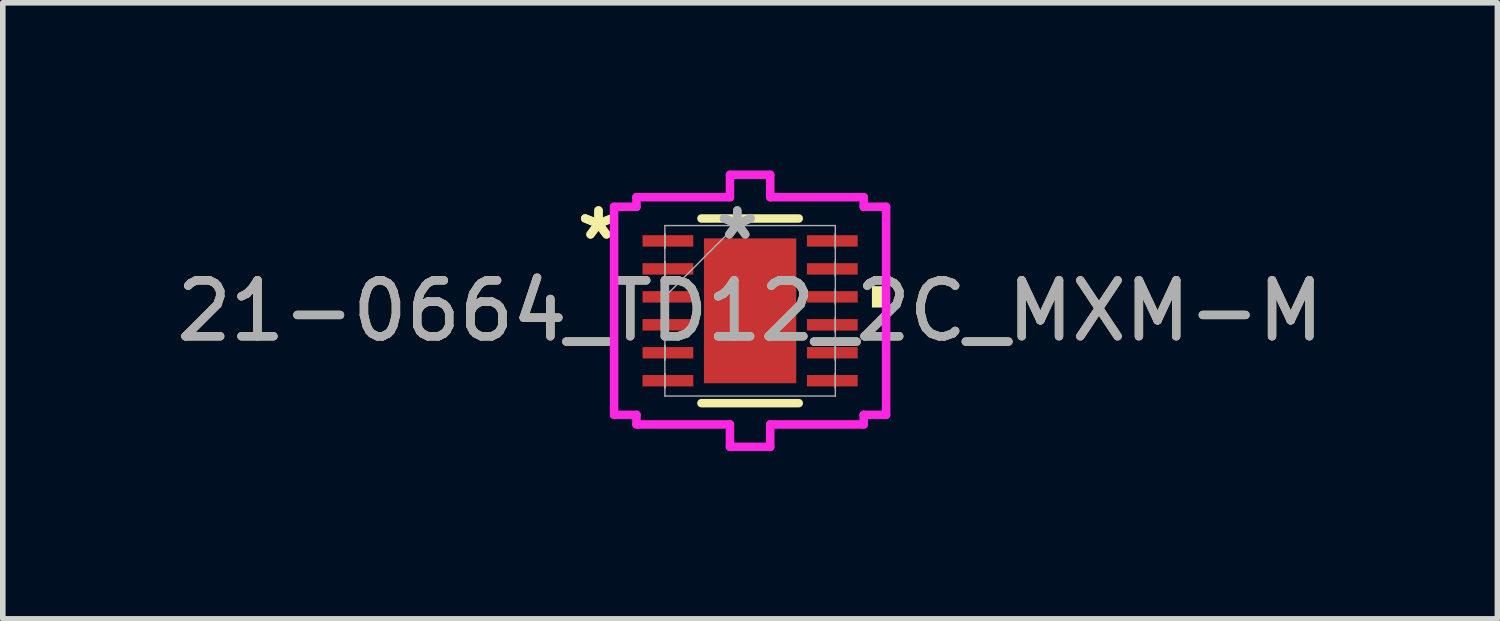
<source format=kicad_pcb>
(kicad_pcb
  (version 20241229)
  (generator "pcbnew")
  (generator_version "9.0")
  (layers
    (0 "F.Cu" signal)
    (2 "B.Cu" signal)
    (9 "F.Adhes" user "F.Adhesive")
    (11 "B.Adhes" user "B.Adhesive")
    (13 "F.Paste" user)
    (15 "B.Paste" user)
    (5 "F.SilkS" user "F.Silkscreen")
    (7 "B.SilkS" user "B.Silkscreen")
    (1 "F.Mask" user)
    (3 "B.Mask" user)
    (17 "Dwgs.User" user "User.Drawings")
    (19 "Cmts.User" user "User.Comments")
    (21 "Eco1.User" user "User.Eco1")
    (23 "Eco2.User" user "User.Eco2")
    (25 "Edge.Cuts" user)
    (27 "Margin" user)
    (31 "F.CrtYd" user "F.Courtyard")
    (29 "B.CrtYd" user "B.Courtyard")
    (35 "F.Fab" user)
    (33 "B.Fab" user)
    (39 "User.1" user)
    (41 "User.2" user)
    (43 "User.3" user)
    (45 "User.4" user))
  (footprint "21-0664_TD12_2C_MXM-M"
    (layer "F.Cu")
    (at 10.363 2.508)
    (property "Reference" "21-0664_TD12_2C_MXM-M" (at 0 0 0) (unlocked yes) (layer "F.SilkS") (effects (font (size 1 1) (thickness 0.15))))
    (attr smd)
    (fp_line (start -0.87 1.651) (end 0.87 1.651) (stroke (width 0.152) (type solid)) (layer "F.SilkS"))
    (fp_line (start 0.87 -1.651) (end -0.87 -1.651) (stroke (width 0.152) (type solid)) (layer "F.SilkS"))
    (fp_poly (pts (xy 2.432 -0.441) (xy 2.432 -0.059) (xy 2.178 -0.059) (xy 2.178 -0.441)) (stroke (width 0) (type solid)) (fill yes) (layer "F.SilkS"))
    (fp_line (start -2.432 -1.86) (end -2.032 -1.86) (stroke (width 0.152) (type solid)) (layer "F.CrtYd"))
    (fp_line (start -2.432 1.86) (end -2.432 -1.86) (stroke (width 0.152) (type solid)) (layer "F.CrtYd"))
    (fp_line (start -2.032 -2.032) (end -0.36 -2.032) (stroke (width 0.152) (type solid)) (layer "F.CrtYd"))
    (fp_line (start -2.032 -1.86) (end -2.032 -2.032) (stroke (width 0.152) (type solid)) (layer "F.CrtYd"))
    (fp_line (start -2.032 1.86) (end -2.432 1.86) (stroke (width 0.152) (type solid)) (layer "F.CrtYd"))
    (fp_line (start -2.032 2.032) (end -2.032 1.86) (stroke (width 0.152) (type solid)) (layer "F.CrtYd"))
    (fp_line (start -0.36 -2.432) (end 0.36 -2.432) (stroke (width 0.152) (type solid)) (layer "F.CrtYd"))
    (fp_line (start -0.36 -2.032) (end -0.36 -2.432) (stroke (width 0.152) (type solid)) (layer "F.CrtYd"))
    (fp_line (start -0.36 2.032) (end -2.032 2.032) (stroke (width 0.152) (type solid)) (layer "F.CrtYd"))
    (fp_line (start -0.36 2.432) (end -0.36 2.032) (stroke (width 0.152) (type solid)) (layer "F.CrtYd"))
    (fp_line (start 0.36 -2.432) (end 0.36 -2.032) (stroke (width 0.152) (type solid)) (layer "F.CrtYd"))
    (fp_line (start 0.36 -2.032) (end 2.032 -2.032) (stroke (width 0.152) (type solid)) (layer "F.CrtYd"))
    (fp_line (start 0.36 2.032) (end 0.36 2.432) (stroke (width 0.152) (type solid)) (layer "F.CrtYd"))
    (fp_line (start 0.36 2.432) (end -0.36 2.432) (stroke (width 0.152) (type solid)) (layer "F.CrtYd"))
    (fp_line (start 2.032 -2.032) (end 2.032 -1.86) (stroke (width 0.152) (type solid)) (layer "F.CrtYd"))
    (fp_line (start 2.032 -1.86) (end 2.432 -1.86) (stroke (width 0.152) (type solid)) (layer "F.CrtYd"))
    (fp_line (start 2.032 1.86) (end 2.032 2.032) (stroke (width 0.152) (type solid)) (layer "F.CrtYd"))
    (fp_line (start 2.032 2.032) (end 0.36 2.032) (stroke (width 0.152) (type solid)) (layer "F.CrtYd"))
    (fp_line (start 2.432 -1.86) (end 2.432 1.86) (stroke (width 0.152) (type solid)) (layer "F.CrtYd"))
    (fp_line (start 2.432 1.86) (end 2.032 1.86) (stroke (width 0.152) (type solid)) (layer "F.CrtYd"))
    (fp_line (start -1.524 -1.524) (end -1.524 1.524) (stroke (width 0.025) (type solid)) (layer "F.Fab"))
    (fp_line (start -1.524 -1.377) (end -1.524 -1.377) (stroke (width 0.025) (type solid)) (layer "F.Fab"))
    (fp_line (start -1.524 -1.377) (end -1.524 -1.123) (stroke (width 0.025) (type solid)) (layer "F.Fab"))
    (fp_line (start -1.524 -1.123) (end -1.524 -1.377) (stroke (width 0.025) (type solid)) (layer "F.Fab"))
    (fp_line (start -1.524 -1.123) (end -1.524 -1.123) (stroke (width 0.025) (type solid)) (layer "F.Fab"))
    (fp_line (start -1.524 -0.877) (end -1.524 -0.877) (stroke (width 0.025) (type solid)) (layer "F.Fab"))
    (fp_line (start -1.524 -0.877) (end -1.524 -0.623) (stroke (width 0.025) (type solid)) (layer "F.Fab"))
    (fp_line (start -1.524 -0.623) (end -1.524 -0.877) (stroke (width 0.025) (type solid)) (layer "F.Fab"))
    (fp_line (start -1.524 -0.623) (end -1.524 -0.623) (stroke (width 0.025) (type solid)) (layer "F.Fab"))
    (fp_line (start -1.524 -0.377) (end -1.524 -0.377) (stroke (width 0.025) (type solid)) (layer "F.Fab"))
    (fp_line (start -1.524 -0.377) (end -1.524 -0.123) (stroke (width 0.025) (type solid)) (layer "F.Fab"))
    (fp_line (start -1.524 -0.254) (end -0.254 -1.524) (stroke (width 0.025) (type solid)) (layer "F.Fab"))
    (fp_line (start -1.524 -0.123) (end -1.524 -0.377) (stroke (width 0.025) (type solid)) (layer "F.Fab"))
    (fp_line (start -1.524 -0.123) (end -1.524 -0.123) (stroke (width 0.025) (type solid)) (layer "F.Fab"))
    (fp_line (start -1.524 0.123) (end -1.524 0.123) (stroke (width 0.025) (type solid)) (layer "F.Fab"))
    (fp_line (start -1.524 0.123) (end -1.524 0.377) (stroke (width 0.025) (type solid)) (layer "F.Fab"))
    (fp_line (start -1.524 0.377) (end -1.524 0.123) (stroke (width 0.025) (type solid)) (layer "F.Fab"))
    (fp_line (start -1.524 0.377) (end -1.524 0.377) (stroke (width 0.025) (type solid)) (layer "F.Fab"))
    (fp_line (start -1.524 0.623) (end -1.524 0.623) (stroke (width 0.025) (type solid)) (layer "F.Fab"))
    (fp_line (start -1.524 0.623) (end -1.524 0.877) (stroke (width 0.025) (type solid)) (layer "F.Fab"))
    (fp_line (start -1.524 0.877) (end -1.524 0.623) (stroke (width 0.025) (type solid)) (layer "F.Fab"))
    (fp_line (start -1.524 0.877) (end -1.524 0.877) (stroke (width 0.025) (type solid)) (layer "F.Fab"))
    (fp_line (start -1.524 1.123) (end -1.524 1.123) (stroke (width 0.025) (type solid)) (layer "F.Fab"))
    (fp_line (start -1.524 1.123) (end -1.524 1.377) (stroke (width 0.025) (type solid)) (layer "F.Fab"))
    (fp_line (start -1.524 1.377) (end -1.524 1.123) (stroke (width 0.025) (type solid)) (layer "F.Fab"))
    (fp_line (start -1.524 1.377) (end -1.524 1.377) (stroke (width 0.025) (type solid)) (layer "F.Fab"))
    (fp_line (start -1.524 1.524) (end 1.524 1.524) (stroke (width 0.025) (type solid)) (layer "F.Fab"))
    (fp_line (start 1.524 -1.524) (end -1.524 -1.524) (stroke (width 0.025) (type solid)) (layer "F.Fab"))
    (fp_line (start 1.524 -1.377) (end 1.524 -1.377) (stroke (width 0.025) (type solid)) (layer "F.Fab"))
    (fp_line (start 1.524 -1.377) (end 1.524 -1.123) (stroke (width 0.025) (type solid)) (layer "F.Fab"))
    (fp_line (start 1.524 -1.123) (end 1.524 -1.377) (stroke (width 0.025) (type solid)) (layer "F.Fab"))
    (fp_line (start 1.524 -1.123) (end 1.524 -1.123) (stroke (width 0.025) (type solid)) (layer "F.Fab"))
    (fp_line (start 1.524 -0.877) (end 1.524 -0.877) (stroke (width 0.025) (type solid)) (layer "F.Fab"))
    (fp_line (start 1.524 -0.877) (end 1.524 -0.623) (stroke (width 0.025) (type solid)) (layer "F.Fab"))
    (fp_line (start 1.524 -0.623) (end 1.524 -0.877) (stroke (width 0.025) (type solid)) (layer "F.Fab"))
    (fp_line (start 1.524 -0.623) (end 1.524 -0.623) (stroke (width 0.025) (type solid)) (layer "F.Fab"))
    (fp_line (start 1.524 -0.377) (end 1.524 -0.377) (stroke (width 0.025) (type solid)) (layer "F.Fab"))
    (fp_line (start 1.524 -0.377) (end 1.524 -0.123) (stroke (width 0.025) (type solid)) (layer "F.Fab"))
    (fp_line (start 1.524 -0.123) (end 1.524 -0.377) (stroke (width 0.025) (type solid)) (layer "F.Fab"))
    (fp_line (start 1.524 -0.123) (end 1.524 -0.123) (stroke (width 0.025) (type solid)) (layer "F.Fab"))
    (fp_line (start 1.524 0.123) (end 1.524 0.123) (stroke (width 0.025) (type solid)) (layer "F.Fab"))
    (fp_line (start 1.524 0.123) (end 1.524 0.377) (stroke (width 0.025) (type solid)) (layer "F.Fab"))
    (fp_line (start 1.524 0.377) (end 1.524 0.123) (stroke (width 0.025) (type solid)) (layer "F.Fab"))
    (fp_line (start 1.524 0.377) (end 1.524 0.377) (stroke (width 0.025) (type solid)) (layer "F.Fab"))
    (fp_line (start 1.524 0.623) (end 1.524 0.623) (stroke (width 0.025) (type solid)) (layer "F.Fab"))
    (fp_line (start 1.524 0.623) (end 1.524 0.877) (stroke (width 0.025) (type solid)) (layer "F.Fab"))
    (fp_line (start 1.524 0.877) (end 1.524 0.623) (stroke (width 0.025) (type solid)) (layer "F.Fab"))
    (fp_line (start 1.524 0.877) (end 1.524 0.877) (stroke (width 0.025) (type solid)) (layer "F.Fab"))
    (fp_line (start 1.524 1.123) (end 1.524 1.123) (stroke (width 0.025) (type solid)) (layer "F.Fab"))
    (fp_line (start 1.524 1.123) (end 1.524 1.377) (stroke (width 0.025) (type solid)) (layer "F.Fab"))
    (fp_line (start 1.524 1.377) (end 1.524 1.123) (stroke (width 0.025) (type solid)) (layer "F.Fab"))
    (fp_line (start 1.524 1.377) (end 1.524 1.377) (stroke (width 0.025) (type solid)) (layer "F.Fab"))
    (fp_line (start 1.524 1.524) (end 1.524 -1.524) (stroke (width 0.025) (type solid)) (layer "F.Fab"))
    (fp_text user "*" (at -2.711 -1.25 0) (unlocked yes) (layer "F.SilkS") (effects (font (size 1 1) (thickness 0.15))))
    (fp_text user "*" (at -2.711 -1.25 0) (layer "F.SilkS") (effects (font (size 1 1) (thickness 0.15))))
    (fp_text user "*" (at -0.229 -1.25 0) (unlocked yes) (layer "F.Fab") (effects (font (size 1 1) (thickness 0.15))))
    (fp_text user "*" (at -0.229 -1.25 0) (layer "F.Fab") (effects (font (size 1 1) (thickness 0.15))))
    (fp_text user "${REFERENCE}" (at 0 0 0) (unlocked yes) (layer "F.Fab") (effects (font (size 1 1) (thickness 0.15))))
    (pad "1" smd rect (at -1.47 -1.25 90) (size 0.204 0.908) (layers "F.Cu" "F.Mask" "F.Paste"))
    (pad "2" smd rect (at -1.47 -0.75 90) (size 0.204 0.908) (layers "F.Cu" "F.Mask" "F.Paste"))
    (pad "3" smd rect (at -1.47 -0.25 90) (size 0.204 0.908) (layers "F.Cu" "F.Mask" "F.Paste"))
    (pad "4" smd rect (at -1.47 0.25 90) (size 0.204 0.908) (layers "F.Cu" "F.Mask" "F.Paste"))
    (pad "5" smd rect (at -1.47 0.75 90) (size 0.204 0.908) (layers "F.Cu" "F.Mask" "F.Paste"))
    (pad "6" smd rect (at -1.47 1.25 90) (size 0.204 0.908) (layers "F.Cu" "F.Mask" "F.Paste"))
    (pad "7" smd rect (at 1.47 1.25 90) (size 0.204 0.908) (layers "F.Cu" "F.Mask" "F.Paste"))
    (pad "8" smd rect (at 1.47 0.75 90) (size 0.204 0.908) (layers "F.Cu" "F.Mask" "F.Paste"))
    (pad "9" smd rect (at 1.47 0.25 90) (size 0.204 0.908) (layers "F.Cu" "F.Mask" "F.Paste"))
    (pad "10" smd rect (at 1.47 -0.25 90) (size 0.204 0.908) (layers "F.Cu" "F.Mask" "F.Paste"))
    (pad "11" smd rect (at 1.47 -0.75 90) (size 0.204 0.908) (layers "F.Cu" "F.Mask" "F.Paste"))
    (pad "12" smd rect (at 1.47 -1.25 90) (size 0.204 0.908) (layers "F.Cu" "F.Mask" "F.Paste"))
    (pad "13" smd rect (at 0 0) (size 1.651 2.591) (layers "F.Cu" "F.Mask" "F.Paste")))
  (gr_rect
    (start -3 -3)
    (end 23.726 8.016)
    (stroke (width 0.1) (type default))
    (fill no)
    (layer "Edge.Cuts")))
</source>
